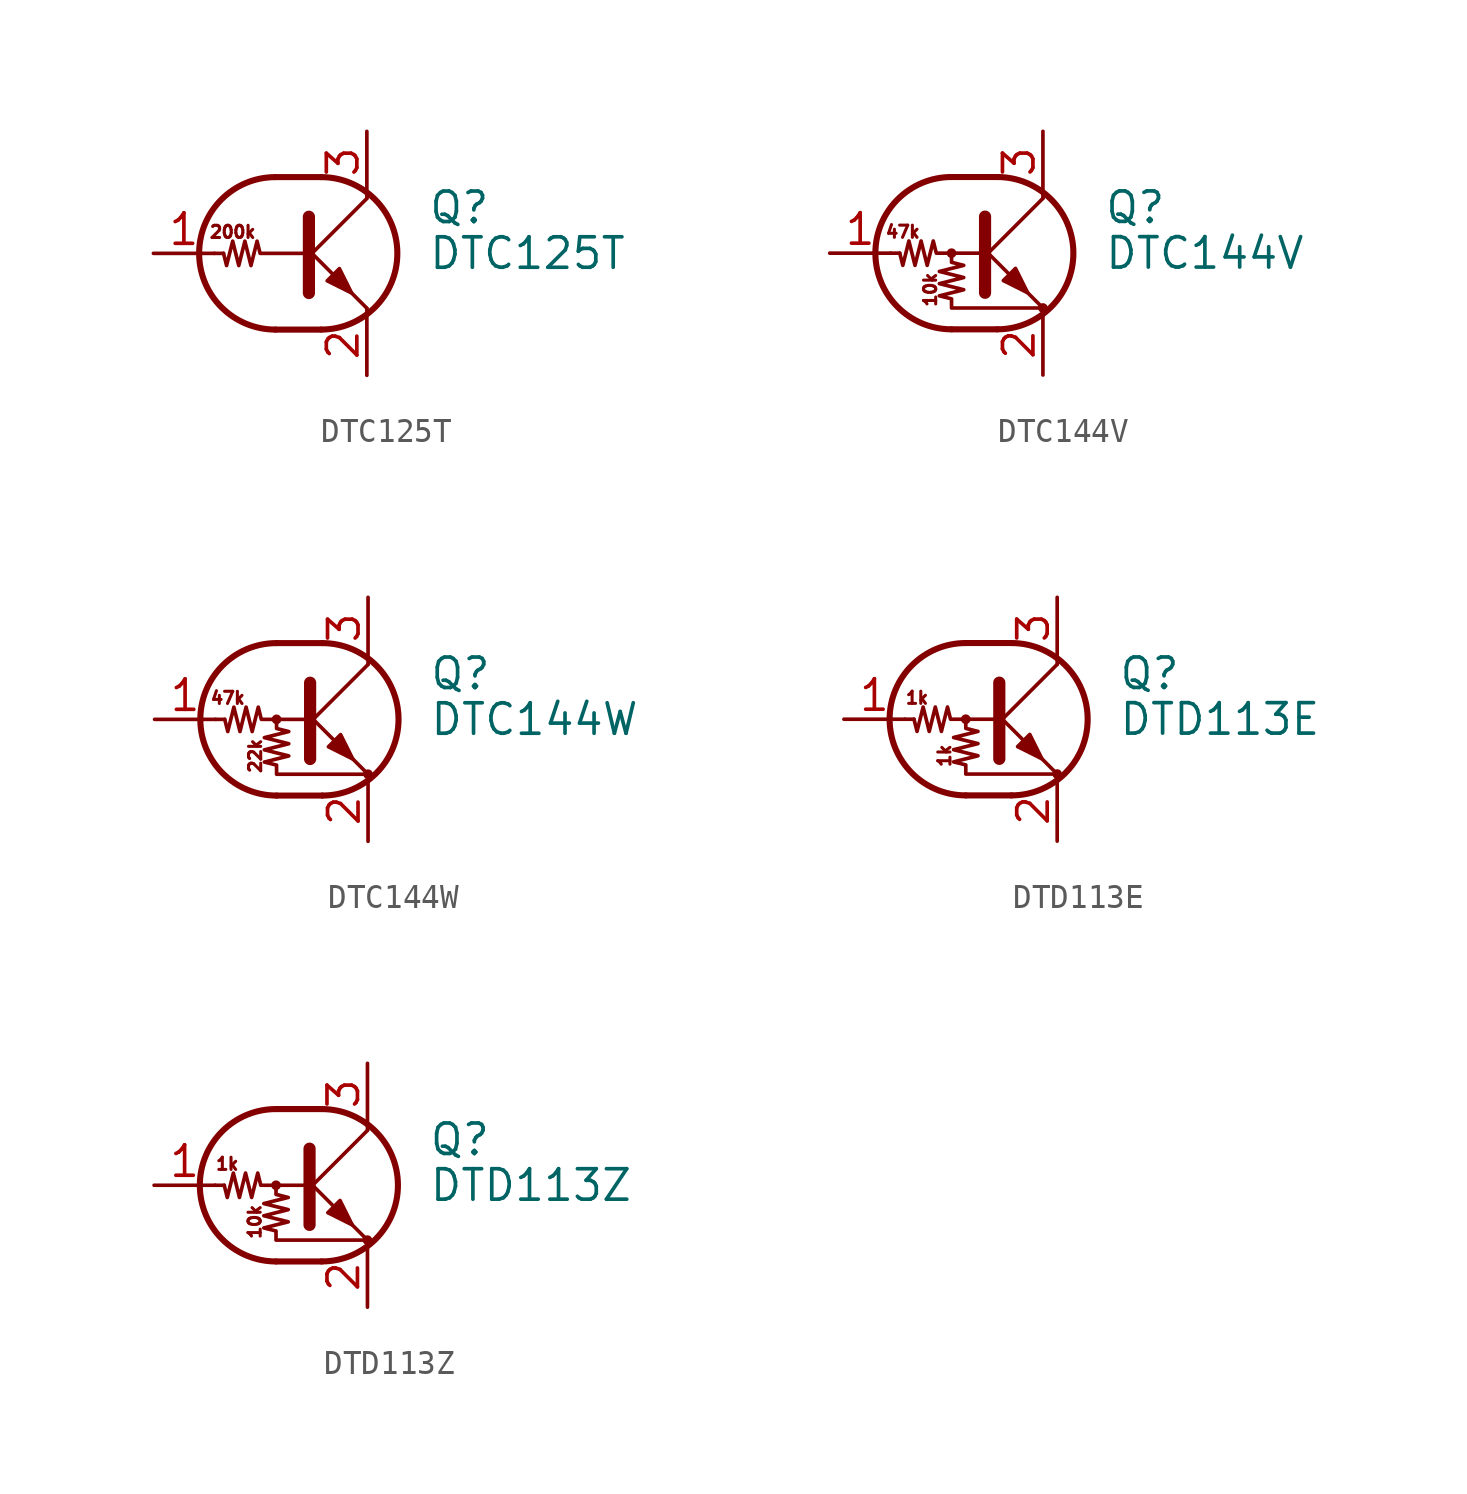
<source format=kicad_sym>
(kicad_symbol_lib
  (version 20201005)
  (generator kicad_symbol_editor)
  (symbol "DTC125T"
    (pin_names
      (offset 0) hide)
    (property "Reference" "Q"
      (at 5.08 1.905 0)
      (effects (font (size 1.27 1.27)) (justify left)))
    (property "Value" "DTC125T"
      (at 5.08 0 0)
      (effects (font (size 1.27 1.27)) (justify left)))
    (symbol "DTC125T_0_0"
      (text "200k" (at -3.048 0.889 0) (effects (font (size 0.508 0.508))))
      (polyline (pts (xy 2.54 -2.286) (xy 2.54 -2.54)) (stroke (width 0)) (fill (type none))))
    (symbol "DTC125T_0_1"
      (arc (start -1.27 3.175) (end -1.27 -3.175) (radius (at -1.27 0) (length 3.175) (angles 90.1 -90.1)) (stroke (width 0.254)) (fill (type none)))
      (arc (start 0.635 -3.175) (end 0.635 3.175) (radius (at 0.635 0) (length 3.175) (angles -89.9 89.9)) (stroke (width 0.254)) (fill (type none)))
      (polyline (pts (xy -3.429 0) (xy -3.81 0)) (stroke (width 0)) (fill (type none)))
      (polyline (pts (xy -1.27 -3.175) (xy 0.635 -3.175)) (stroke (width 0.254)) (fill (type none)))
      (polyline (pts (xy -1.27 3.175) (xy 0.635 3.175)) (stroke (width 0.254)) (fill (type none)))
      (polyline (pts (xy 0 -0.254) (xy 2.54 2.286)) (stroke (width 0)) (fill (type none)))
      (polyline (pts (xy 0.127 1.524) (xy 0.127 -1.651)) (stroke (width 0.508)) (fill (type outline)))
      (polyline (pts (xy 2.54 2.286) (xy 2.54 2.54)) (stroke (width 0)) (fill (type none)))
      (polyline (pts (xy 2.54 -2.286) (xy 0 0.254) (xy 0 0.254)) (stroke (width 0)) (fill (type none)))
      (polyline (pts (xy 0.889 -1.143) (xy 1.397 -0.635) (xy 1.905 -1.651) (xy 0.889 -1.143)) (stroke (width 0)) (fill (type outline)))
      (polyline (pts (xy 0 0) (xy -1.905 0) (xy -2.032 0.508) (xy -2.286 -0.508) (xy -2.54 0.508) (xy -2.794 -0.508) (xy -3.048 0.508) (xy -3.302 -0.508) (xy -3.429 0)) (stroke (width 0)) (fill (type none))))
    (symbol "DTC125T_1_1"
      (pin input line (at -6.35 0 0) (length 2.54) (name "B" (effects (font (size 1.27 1.27)))) (number "1" (effects (font (size 1.27 1.27)))))
      (pin passive line (at 2.54 -5.08 90) (length 2.54) (name "E" (effects (font (size 1.27 1.27)))) (number "2" (effects (font (size 1.27 1.27)))))
      (pin passive line (at 2.54 5.08 270) (length 2.54) (name "C" (effects (font (size 1.27 1.27)))) (number "3" (effects (font (size 1.27 1.27)))))))
  (symbol "DTC144V"
    (pin_names
      (offset 0) hide)
    (property "Reference" "Q"
      (at 5.08 1.905 0)
      (effects (font (size 1.27 1.27)) (justify left)))
    (property "Value" "DTC144V"
      (at 5.08 0 0)
      (effects (font (size 1.27 1.27)) (justify left)))
    (symbol "DTC144V_0_0"
      (text "10k" (at -2.159 -1.524 900) (effects (font (size 0.508 0.508))))
      (text "47k" (at -3.302 0.889 0) (effects (font (size 0.508 0.508)))))
    (symbol "DTC144V_0_1"
      (arc (start -1.27 3.175) (end -1.27 -3.175) (radius (at -1.27 0) (length 3.175) (angles 90.1 -90.1)) (stroke (width 0.254)) (fill (type none)))
      (arc (start 0.635 -3.175) (end 0.635 3.175) (radius (at 0.635 0) (length 3.175) (angles -89.9 89.9)) (stroke (width 0.254)) (fill (type none)))
      (circle (center -1.27 0) (radius 0.127) (stroke (width 0)) (fill (type none)))
      (circle (center 2.54 -2.286) (radius 0.127) (stroke (width 0)) (fill (type none)))
      (polyline (pts (xy -3.429 0) (xy -3.81 0)) (stroke (width 0)) (fill (type none)))
      (polyline (pts (xy -1.27 -3.175) (xy 0.635 -3.175)) (stroke (width 0.254)) (fill (type none)))
      (polyline (pts (xy -1.27 3.175) (xy 0.635 3.175)) (stroke (width 0.254)) (fill (type none)))
      (polyline (pts (xy 0 -0.254) (xy 2.54 2.286)) (stroke (width 0)) (fill (type none)))
      (polyline (pts (xy 0.127 1.524) (xy 0.127 -1.651)) (stroke (width 0.508)) (fill (type outline)))
      (polyline (pts (xy 2.54 2.286) (xy 2.54 2.54)) (stroke (width 0)) (fill (type none)))
      (polyline (pts (xy 2.54 -2.286) (xy 0 0.254) (xy 0 0.254)) (stroke (width 0)) (fill (type none)))
      (polyline (pts (xy 0.889 -1.143) (xy 1.397 -0.635) (xy 1.905 -1.651) (xy 0.889 -1.143)) (stroke (width 0)) (fill (type outline)))
      (polyline (pts (xy 0 0) (xy -1.905 0) (xy -2.032 0.508) (xy -2.286 -0.508) (xy -2.54 0.508) (xy -2.794 -0.508) (xy -3.048 0.508) (xy -3.302 -0.508) (xy -3.429 0)) (stroke (width 0)) (fill (type none)))
      (polyline (pts (xy -1.27 0) (xy -1.27 -0.381) (xy -0.762 -0.508) (xy -1.778 -0.762) (xy -0.762 -1.016) (xy -1.778 -1.27) (xy -0.762 -1.524) (xy -1.778 -1.778) (xy -1.27 -1.905) (xy -1.27 -2.286) (xy 2.54 -2.286)) (stroke (width 0)) (fill (type none))))
    (symbol "DTC144V_1_1"
      (pin input line (at -6.35 0 0) (length 2.54) (name "B" (effects (font (size 1.27 1.27)))) (number "1" (effects (font (size 1.27 1.27)))))
      (pin passive line (at 2.54 -5.08 90) (length 2.54) (name "E" (effects (font (size 1.27 1.27)))) (number "2" (effects (font (size 1.27 1.27)))))
      (pin passive line (at 2.54 5.08 270) (length 2.54) (name "C" (effects (font (size 1.27 1.27)))) (number "3" (effects (font (size 1.27 1.27)))))))
  (symbol "DTC144W"
    (pin_names
      (offset 0) hide)
    (property "Reference" "Q"
      (at 5.08 1.905 0)
      (effects (font (size 1.27 1.27)) (justify left)))
    (property "Value" "DTC144W"
      (at 5.08 0 0)
      (effects (font (size 1.27 1.27)) (justify left)))
    (symbol "DTC144W_0_0"
      (text "22k" (at -2.159 -1.524 900) (effects (font (size 0.508 0.508))))
      (text "47k" (at -3.302 0.889 0) (effects (font (size 0.508 0.508)))))
    (symbol "DTC144W_0_1"
      (arc (start -1.27 3.175) (end -1.27 -3.175) (radius (at -1.27 0) (length 3.175) (angles 90.1 -90.1)) (stroke (width 0.254)) (fill (type none)))
      (arc (start 0.635 -3.175) (end 0.635 3.175) (radius (at 0.635 0) (length 3.175) (angles -89.9 89.9)) (stroke (width 0.254)) (fill (type none)))
      (circle (center -1.27 0) (radius 0.127) (stroke (width 0)) (fill (type none)))
      (circle (center 2.54 -2.286) (radius 0.127) (stroke (width 0)) (fill (type none)))
      (polyline (pts (xy -3.429 0) (xy -3.81 0)) (stroke (width 0)) (fill (type none)))
      (polyline (pts (xy -1.27 -3.175) (xy 0.635 -3.175)) (stroke (width 0.254)) (fill (type none)))
      (polyline (pts (xy -1.27 3.175) (xy 0.635 3.175)) (stroke (width 0.254)) (fill (type none)))
      (polyline (pts (xy 0 -0.254) (xy 2.54 2.286)) (stroke (width 0)) (fill (type none)))
      (polyline (pts (xy 0.127 1.524) (xy 0.127 -1.651)) (stroke (width 0.508)) (fill (type outline)))
      (polyline (pts (xy 2.54 2.286) (xy 2.54 2.54)) (stroke (width 0)) (fill (type none)))
      (polyline (pts (xy 2.54 -2.286) (xy 0 0.254) (xy 0 0.254)) (stroke (width 0)) (fill (type none)))
      (polyline (pts (xy 0.889 -1.143) (xy 1.397 -0.635) (xy 1.905 -1.651) (xy 0.889 -1.143)) (stroke (width 0)) (fill (type outline)))
      (polyline (pts (xy 0 0) (xy -1.905 0) (xy -2.032 0.508) (xy -2.286 -0.508) (xy -2.54 0.508) (xy -2.794 -0.508) (xy -3.048 0.508) (xy -3.302 -0.508) (xy -3.429 0)) (stroke (width 0)) (fill (type none)))
      (polyline (pts (xy -1.27 0) (xy -1.27 -0.381) (xy -0.762 -0.508) (xy -1.778 -0.762) (xy -0.762 -1.016) (xy -1.778 -1.27) (xy -0.762 -1.524) (xy -1.778 -1.778) (xy -1.27 -1.905) (xy -1.27 -2.286) (xy 2.54 -2.286)) (stroke (width 0)) (fill (type none))))
    (symbol "DTC144W_1_1"
      (pin input line (at -6.35 0 0) (length 2.54) (name "B" (effects (font (size 1.27 1.27)))) (number "1" (effects (font (size 1.27 1.27)))))
      (pin passive line (at 2.54 -5.08 90) (length 2.54) (name "E" (effects (font (size 1.27 1.27)))) (number "2" (effects (font (size 1.27 1.27)))))
      (pin passive line (at 2.54 5.08 270) (length 2.54) (name "C" (effects (font (size 1.27 1.27)))) (number "3" (effects (font (size 1.27 1.27)))))))
  (symbol "DTD113E"
    (pin_names
      (offset 0) hide)
    (property "Reference" "Q"
      (at 5.08 1.905 0)
      (effects (font (size 1.27 1.27)) (justify left)))
    (property "Value" "DTD113E"
      (at 5.08 0 0)
      (effects (font (size 1.27 1.27)) (justify left)))
    (symbol "DTD113E_0_0"
      (text "1k" (at -3.302 0.889 0) (effects (font (size 0.508 0.508))))
      (text "1k" (at -2.159 -1.524 900) (effects (font (size 0.508 0.508)))))
    (symbol "DTD113E_0_1"
      (arc (start -1.27 3.175) (end -1.27 -3.175) (radius (at -1.27 0) (length 3.175) (angles 90.1 -90.1)) (stroke (width 0.254)) (fill (type none)))
      (arc (start 0.635 -3.175) (end 0.635 3.175) (radius (at 0.635 0) (length 3.175) (angles -89.9 89.9)) (stroke (width 0.254)) (fill (type none)))
      (circle (center -1.27 0) (radius 0.127) (stroke (width 0)) (fill (type none)))
      (circle (center 2.54 -2.286) (radius 0.127) (stroke (width 0)) (fill (type none)))
      (polyline (pts (xy -3.429 0) (xy -3.81 0)) (stroke (width 0)) (fill (type none)))
      (polyline (pts (xy -1.27 -3.175) (xy 0.635 -3.175)) (stroke (width 0.254)) (fill (type none)))
      (polyline (pts (xy -1.27 3.175) (xy 0.635 3.175)) (stroke (width 0.254)) (fill (type none)))
      (polyline (pts (xy 0 -0.254) (xy 2.54 2.286)) (stroke (width 0)) (fill (type none)))
      (polyline (pts (xy 0.127 1.524) (xy 0.127 -1.651)) (stroke (width 0.508)) (fill (type outline)))
      (polyline (pts (xy 2.54 2.286) (xy 2.54 2.54)) (stroke (width 0)) (fill (type none)))
      (polyline (pts (xy 2.54 -2.286) (xy 0 0.254) (xy 0 0.254)) (stroke (width 0)) (fill (type none)))
      (polyline (pts (xy 0.889 -1.143) (xy 1.397 -0.635) (xy 1.905 -1.651) (xy 0.889 -1.143)) (stroke (width 0)) (fill (type outline)))
      (polyline (pts (xy 0 0) (xy -1.905 0) (xy -2.032 0.508) (xy -2.286 -0.508) (xy -2.54 0.508) (xy -2.794 -0.508) (xy -3.048 0.508) (xy -3.302 -0.508) (xy -3.429 0)) (stroke (width 0)) (fill (type none)))
      (polyline (pts (xy -1.27 0) (xy -1.27 -0.381) (xy -0.762 -0.508) (xy -1.778 -0.762) (xy -0.762 -1.016) (xy -1.778 -1.27) (xy -0.762 -1.524) (xy -1.778 -1.778) (xy -1.27 -1.905) (xy -1.27 -2.286) (xy 2.54 -2.286)) (stroke (width 0)) (fill (type none))))
    (symbol "DTD113E_1_1"
      (pin input line (at -6.35 0 0) (length 2.54) (name "B" (effects (font (size 1.27 1.27)))) (number "1" (effects (font (size 1.27 1.27)))))
      (pin passive line (at 2.54 -5.08 90) (length 2.54) (name "E" (effects (font (size 1.27 1.27)))) (number "2" (effects (font (size 1.27 1.27)))))
      (pin passive line (at 2.54 5.08 270) (length 2.54) (name "C" (effects (font (size 1.27 1.27)))) (number "3" (effects (font (size 1.27 1.27)))))))
  (symbol "DTD113Z"
    (pin_names
      (offset 0) hide)
    (property "Reference" "Q"
      (at 5.08 1.905 0)
      (effects (font (size 1.27 1.27)) (justify left)))
    (property "Value" "DTD113Z"
      (at 5.08 0 0)
      (effects (font (size 1.27 1.27)) (justify left)))
    (symbol "DTD113Z_0_0"
      (text "10k" (at -2.159 -1.524 900) (effects (font (size 0.508 0.508))))
      (text "1k" (at -3.302 0.889 0) (effects (font (size 0.508 0.508)))))
    (symbol "DTD113Z_0_1"
      (arc (start -1.27 3.175) (end -1.27 -3.175) (radius (at -1.27 0) (length 3.175) (angles 90.1 -90.1)) (stroke (width 0.254)) (fill (type none)))
      (arc (start 0.635 -3.175) (end 0.635 3.175) (radius (at 0.635 0) (length 3.175) (angles -89.9 89.9)) (stroke (width 0.254)) (fill (type none)))
      (circle (center -1.27 0) (radius 0.127) (stroke (width 0)) (fill (type none)))
      (circle (center 2.54 -2.286) (radius 0.127) (stroke (width 0)) (fill (type none)))
      (polyline (pts (xy -3.429 0) (xy -3.81 0)) (stroke (width 0)) (fill (type none)))
      (polyline (pts (xy -1.27 -3.175) (xy 0.635 -3.175)) (stroke (width 0.254)) (fill (type none)))
      (polyline (pts (xy -1.27 3.175) (xy 0.635 3.175)) (stroke (width 0.254)) (fill (type none)))
      (polyline (pts (xy 0 -0.254) (xy 2.54 2.286)) (stroke (width 0)) (fill (type none)))
      (polyline (pts (xy 0.127 1.524) (xy 0.127 -1.651)) (stroke (width 0.508)) (fill (type outline)))
      (polyline (pts (xy 2.54 2.286) (xy 2.54 2.54)) (stroke (width 0)) (fill (type none)))
      (polyline (pts (xy 2.54 -2.286) (xy 0 0.254) (xy 0 0.254)) (stroke (width 0)) (fill (type none)))
      (polyline (pts (xy 0.889 -1.143) (xy 1.397 -0.635) (xy 1.905 -1.651) (xy 0.889 -1.143)) (stroke (width 0)) (fill (type outline)))
      (polyline (pts (xy 0 0) (xy -1.905 0) (xy -2.032 0.508) (xy -2.286 -0.508) (xy -2.54 0.508) (xy -2.794 -0.508) (xy -3.048 0.508) (xy -3.302 -0.508) (xy -3.429 0)) (stroke (width 0)) (fill (type none)))
      (polyline (pts (xy -1.27 0) (xy -1.27 -0.381) (xy -0.762 -0.508) (xy -1.778 -0.762) (xy -0.762 -1.016) (xy -1.778 -1.27) (xy -0.762 -1.524) (xy -1.778 -1.778) (xy -1.27 -1.905) (xy -1.27 -2.286) (xy 2.54 -2.286)) (stroke (width 0)) (fill (type none))))
    (symbol "DTD113Z_1_1"
      (pin input line (at -6.35 0 0) (length 2.54) (name "B" (effects (font (size 1.27 1.27)))) (number "1" (effects (font (size 1.27 1.27)))))
      (pin passive line (at 2.54 -5.08 90) (length 2.54) (name "E" (effects (font (size 1.27 1.27)))) (number "2" (effects (font (size 1.27 1.27)))))
      (pin passive line (at 2.54 5.08 270) (length 2.54) (name "C" (effects (font (size 1.27 1.27)))) (number "3" (effects (font (size 1.27 1.27))))))))
</source>
